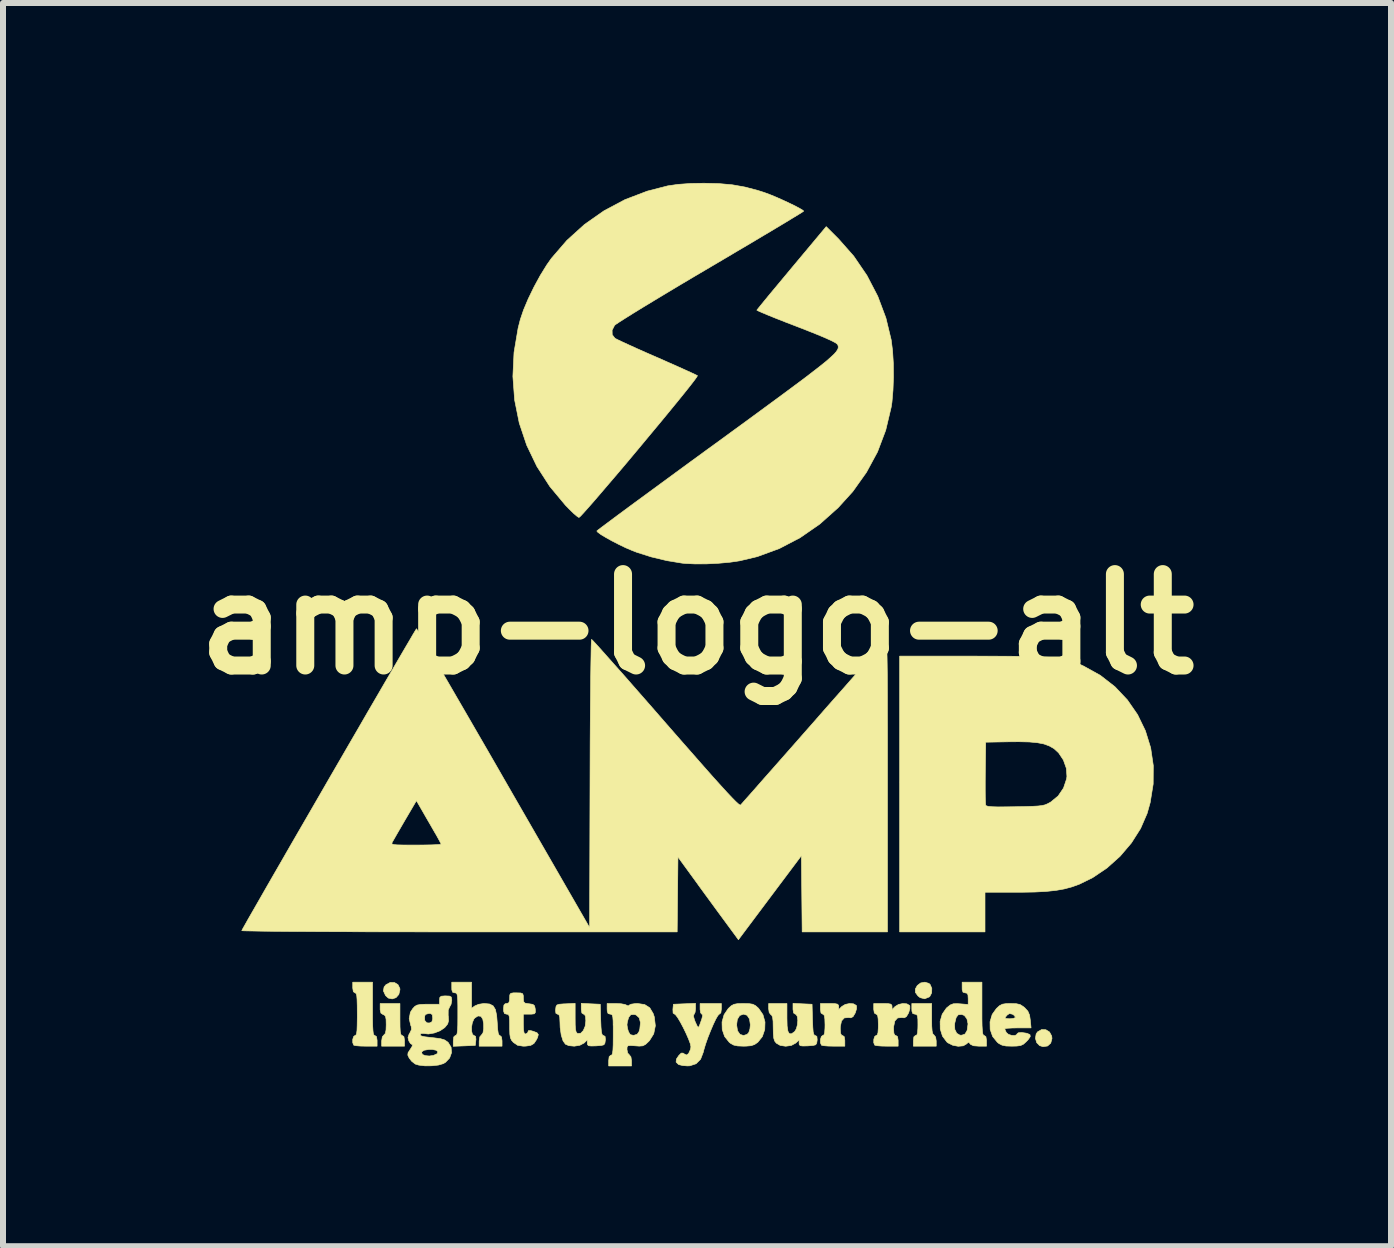
<source format=kicad_pcb>
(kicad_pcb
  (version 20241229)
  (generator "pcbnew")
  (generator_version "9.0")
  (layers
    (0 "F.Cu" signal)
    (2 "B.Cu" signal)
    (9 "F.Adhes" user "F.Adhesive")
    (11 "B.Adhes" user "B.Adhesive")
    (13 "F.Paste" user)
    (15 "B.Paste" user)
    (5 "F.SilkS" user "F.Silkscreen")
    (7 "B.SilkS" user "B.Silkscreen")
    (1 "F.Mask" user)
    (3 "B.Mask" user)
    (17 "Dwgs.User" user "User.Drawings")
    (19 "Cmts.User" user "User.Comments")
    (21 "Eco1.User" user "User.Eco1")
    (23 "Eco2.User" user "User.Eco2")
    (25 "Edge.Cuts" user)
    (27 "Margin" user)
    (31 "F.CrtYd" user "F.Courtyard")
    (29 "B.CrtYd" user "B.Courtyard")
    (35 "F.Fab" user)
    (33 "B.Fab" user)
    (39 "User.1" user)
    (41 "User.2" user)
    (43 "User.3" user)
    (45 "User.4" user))
  (footprint "amp-logo-alt"
    (layer "F.Cu")
    (at 8.571 7.356)
    (property "Reference" "amp-logo-alt" (at 0 0 0) (layer "F.SilkS") (effects (font (size 1.524 1.524) (thickness 0.3))))
    (attr through_hole)
    (fp_poly (pts (xy -5.044 5.975) (xy -4.986 6.01) (xy -4.955 6.073) (xy -4.953 6.095) (xy -4.972 6.174) (xy -5.019 6.227) (xy -5.082 6.248) (xy -5.147 6.234) (xy -5.193 6.192) (xy -5.229 6.114) (xy -5.217 6.048) (xy -5.186 6.011) (xy -5.116 5.974) (xy -5.044 5.975)) (stroke (width 0.01) (type solid)) (fill yes) (layer "F.SilkS"))
    (fp_poly (pts (xy 5.816 6.762) (xy 5.877 6.8) (xy 5.913 6.867) (xy 5.918 6.908) (xy 5.897 6.985) (xy 5.844 7.033) (xy 5.769 7.044) (xy 5.712 7.027) (xy 5.663 6.977) (xy 5.642 6.905) (xy 5.654 6.832) (xy 5.677 6.798) (xy 5.745 6.759) (xy 5.816 6.762)) (stroke (width 0.01) (type solid)) (fill yes) (layer "F.SilkS"))
    (fp_poly (pts (xy 3.865 5.989) (xy 3.886 6.007) (xy 3.914 6.072) (xy 3.912 6.147) (xy 3.881 6.207) (xy 3.872 6.215) (xy 3.795 6.246) (xy 3.72 6.227) (xy 3.683 6.198) (xy 3.64 6.139) (xy 3.64 6.082) (xy 3.672 6.025) (xy 3.728 5.982) (xy 3.799 5.969) (xy 3.865 5.989)) (stroke (width 0.01) (type solid)) (fill yes) (layer "F.SilkS"))
    (fp_poly (pts (xy -4.953 6.591) (xy -4.952 6.713) (xy -4.948 6.792) (xy -4.939 6.837) (xy -4.925 6.856) (xy -4.915 6.858) (xy -4.887 6.877) (xy -4.877 6.939) (xy -4.877 6.947) (xy -4.877 7.036) (xy -5.258 7.036) (xy -5.258 6.95) (xy -5.247 6.88) (xy -5.22 6.849) (xy -5.197 6.824) (xy -5.185 6.766) (xy -5.182 6.679) (xy -5.184 6.591) (xy -5.193 6.541) (xy -5.213 6.517) (xy -5.232 6.51) (xy -5.27 6.485) (xy -5.283 6.429) (xy -5.283 6.411) (xy -5.283 6.325) (xy -4.953 6.325) (xy -4.953 6.591)) (stroke (width 0.01) (type solid)) (fill yes) (layer "F.SilkS"))
    (fp_poly (pts (xy 3.912 6.579) (xy 3.913 6.701) (xy 3.919 6.78) (xy 3.929 6.826) (xy 3.946 6.847) (xy 3.95 6.849) (xy 3.978 6.885) (xy 3.988 6.95) (xy 3.988 7.036) (xy 3.607 7.036) (xy 3.607 6.947) (xy 3.615 6.881) (xy 3.641 6.858) (xy 3.645 6.858) (xy 3.666 6.848) (xy 3.677 6.81) (xy 3.682 6.736) (xy 3.683 6.68) (xy 3.682 6.587) (xy 3.675 6.533) (xy 3.661 6.509) (xy 3.636 6.502) (xy 3.632 6.502) (xy 3.597 6.492) (xy 3.583 6.454) (xy 3.581 6.413) (xy 3.581 6.325) (xy 3.912 6.325) (xy 3.912 6.579)) (stroke (width 0.01) (type solid)) (fill yes) (layer "F.SilkS"))
    (fp_poly (pts (xy -5.41 6.413) (xy -5.41 6.576) (xy -5.408 6.695) (xy -5.403 6.775) (xy -5.397 6.825) (xy -5.387 6.85) (xy -5.373 6.858) (xy -5.372 6.858) (xy -5.344 6.877) (xy -5.334 6.939) (xy -5.334 6.947) (xy -5.334 7.036) (xy -5.52 7.036) (xy -5.613 7.034) (xy -5.685 7.028) (xy -5.722 7.02) (xy -5.723 7.019) (xy -5.74 6.978) (xy -5.74 6.923) (xy -5.725 6.875) (xy -5.702 6.858) (xy -5.687 6.851) (xy -5.676 6.825) (xy -5.669 6.772) (xy -5.666 6.686) (xy -5.664 6.559) (xy -5.664 6.502) (xy -5.665 6.359) (xy -5.668 6.259) (xy -5.673 6.195) (xy -5.683 6.161) (xy -5.696 6.148) (xy -5.702 6.147) (xy -5.73 6.128) (xy -5.74 6.066) (xy -5.74 6.058) (xy -5.74 5.969) (xy -5.41 5.969) (xy -5.41 6.413)) (stroke (width 0.01) (type solid)) (fill yes) (layer "F.SilkS"))
    (fp_poly (pts (xy 0.869 6.327) (xy 0.93 6.337) (xy 0.975 6.36) (xy 1.024 6.403) (xy 1.028 6.408) (xy 1.099 6.511) (xy 1.133 6.633) (xy 1.129 6.759) (xy 1.089 6.876) (xy 1.014 6.97) (xy 0.96 7.008) (xy 0.902 7.028) (xy 0.821 7.035) (xy 0.775 7.036) (xy 0.678 7.032) (xy 0.612 7.018) (xy 0.559 6.989) (xy 0.536 6.97) (xy 0.46 6.875) (xy 0.42 6.758) (xy 0.418 6.68) (xy 0.66 6.68) (xy 0.675 6.779) (xy 0.716 6.839) (xy 0.775 6.858) (xy 0.835 6.839) (xy 0.863 6.809) (xy 0.882 6.748) (xy 0.889 6.68) (xy 0.875 6.582) (xy 0.834 6.521) (xy 0.775 6.502) (xy 0.711 6.525) (xy 0.672 6.589) (xy 0.66 6.68) (xy 0.418 6.68) (xy 0.417 6.632) (xy 0.451 6.511) (xy 0.521 6.408) (xy 0.57 6.363) (xy 0.616 6.338) (xy 0.675 6.327) (xy 0.766 6.325) (xy 0.775 6.325) (xy 0.869 6.327)) (stroke (width 0.01) (type solid)) (fill yes) (layer "F.SilkS"))
    (fp_poly (pts (xy 2.295 6.326) (xy 2.341 6.335) (xy 2.359 6.353) (xy 2.362 6.375) (xy 2.362 6.426) (xy 2.413 6.375) (xy 2.471 6.34) (xy 2.542 6.325) (xy 2.609 6.33) (xy 2.654 6.356) (xy 2.659 6.365) (xy 2.659 6.414) (xy 2.639 6.48) (xy 2.634 6.489) (xy 2.601 6.544) (xy 2.565 6.563) (xy 2.525 6.559) (xy 2.455 6.565) (xy 2.409 6.616) (xy 2.389 6.71) (xy 2.388 6.749) (xy 2.393 6.822) (xy 2.411 6.855) (xy 2.426 6.858) (xy 2.454 6.877) (xy 2.464 6.939) (xy 2.464 6.947) (xy 2.464 7.036) (xy 2.278 7.036) (xy 2.185 7.034) (xy 2.113 7.028) (xy 2.076 7.02) (xy 2.074 7.019) (xy 2.057 6.978) (xy 2.058 6.923) (xy 2.073 6.875) (xy 2.095 6.858) (xy 2.116 6.848) (xy 2.128 6.81) (xy 2.133 6.736) (xy 2.134 6.68) (xy 2.131 6.584) (xy 2.123 6.528) (xy 2.107 6.505) (xy 2.095 6.502) (xy 2.067 6.483) (xy 2.057 6.422) (xy 2.057 6.413) (xy 2.057 6.325) (xy 2.21 6.325) (xy 2.295 6.326)) (stroke (width 0.01) (type solid)) (fill yes) (layer "F.SilkS"))
    (fp_poly (pts (xy 3.184 6.326) (xy 3.23 6.335) (xy 3.248 6.353) (xy 3.251 6.375) (xy 3.251 6.426) (xy 3.302 6.375) (xy 3.36 6.34) (xy 3.431 6.325) (xy 3.498 6.33) (xy 3.543 6.356) (xy 3.548 6.365) (xy 3.548 6.414) (xy 3.528 6.48) (xy 3.523 6.489) (xy 3.49 6.544) (xy 3.454 6.563) (xy 3.414 6.559) (xy 3.344 6.565) (xy 3.298 6.616) (xy 3.278 6.71) (xy 3.277 6.749) (xy 3.282 6.822) (xy 3.3 6.855) (xy 3.315 6.858) (xy 3.343 6.877) (xy 3.353 6.939) (xy 3.353 6.947) (xy 3.353 7.036) (xy 3.167 7.036) (xy 3.074 7.034) (xy 3.002 7.028) (xy 2.965 7.02) (xy 2.963 7.019) (xy 2.946 6.978) (xy 2.947 6.923) (xy 2.962 6.875) (xy 2.985 6.858) (xy 3.005 6.848) (xy 3.017 6.81) (xy 3.022 6.736) (xy 3.023 6.68) (xy 3.02 6.584) (xy 3.012 6.528) (xy 2.996 6.505) (xy 2.985 6.502) (xy 2.956 6.483) (xy 2.946 6.422) (xy 2.946 6.413) (xy 2.946 6.325) (xy 3.099 6.325) (xy 3.184 6.326)) (stroke (width 0.01) (type solid)) (fill yes) (layer "F.SilkS"))
    (fp_poly (pts (xy 1.759 6.33) (xy 1.918 6.337) (xy 1.925 6.598) (xy 1.93 6.718) (xy 1.936 6.796) (xy 1.947 6.839) (xy 1.962 6.857) (xy 1.971 6.858) (xy 1.998 6.873) (xy 2.003 6.925) (xy 2.002 6.941) (xy 1.995 6.987) (xy 1.978 7.013) (xy 1.936 7.024) (xy 1.859 7.03) (xy 1.848 7.031) (xy 1.765 7.033) (xy 1.722 7.028) (xy 1.704 7.01) (xy 1.702 6.985) (xy 1.702 6.932) (xy 1.646 6.984) (xy 1.572 7.024) (xy 1.478 7.037) (xy 1.386 7.023) (xy 1.321 6.985) (xy 1.294 6.95) (xy 1.279 6.902) (xy 1.272 6.828) (xy 1.27 6.73) (xy 1.268 6.622) (xy 1.26 6.555) (xy 1.245 6.52) (xy 1.232 6.512) (xy 1.203 6.475) (xy 1.194 6.411) (xy 1.194 6.325) (xy 1.499 6.325) (xy 1.499 6.567) (xy 1.502 6.7) (xy 1.515 6.786) (xy 1.538 6.828) (xy 1.574 6.83) (xy 1.625 6.795) (xy 1.627 6.794) (xy 1.656 6.746) (xy 1.674 6.677) (xy 1.68 6.604) (xy 1.672 6.541) (xy 1.65 6.506) (xy 1.638 6.502) (xy 1.61 6.483) (xy 1.6 6.422) (xy 1.6 6.412) (xy 1.6 6.322) (xy 1.759 6.33)) (stroke (width 0.01) (type solid)) (fill yes) (layer "F.SilkS"))
    (fp_poly (pts (xy -1.772 6.33) (xy -1.613 6.337) (xy -1.606 6.598) (xy -1.601 6.718) (xy -1.594 6.796) (xy -1.584 6.839) (xy -1.568 6.857) (xy -1.56 6.858) (xy -1.533 6.873) (xy -1.527 6.925) (xy -1.529 6.941) (xy -1.536 6.987) (xy -1.553 7.013) (xy -1.594 7.024) (xy -1.672 7.03) (xy -1.683 7.031) (xy -1.765 7.033) (xy -1.809 7.028) (xy -1.826 7.01) (xy -1.829 6.985) (xy -1.829 6.932) (xy -1.884 6.984) (xy -1.954 7.021) (xy -2.047 7.036) (xy -2.138 7.027) (xy -2.194 7.003) (xy -2.234 6.947) (xy -2.264 6.851) (xy -2.282 6.724) (xy -2.285 6.636) (xy -2.289 6.554) (xy -2.302 6.513) (xy -2.326 6.502) (xy -2.353 6.488) (xy -2.359 6.438) (xy -2.357 6.42) (xy -2.351 6.375) (xy -2.335 6.349) (xy -2.297 6.337) (xy -2.225 6.331) (xy -2.191 6.33) (xy -2.032 6.322) (xy -2.032 6.565) (xy -2.031 6.682) (xy -2.026 6.757) (xy -2.015 6.8) (xy -1.998 6.821) (xy -1.99 6.825) (xy -1.94 6.821) (xy -1.896 6.776) (xy -1.865 6.703) (xy -1.854 6.614) (xy -1.859 6.54) (xy -1.877 6.506) (xy -1.892 6.502) (xy -1.92 6.483) (xy -1.93 6.422) (xy -1.93 6.412) (xy -1.93 6.322) (xy -1.772 6.33)) (stroke (width 0.01) (type solid)) (fill yes) (layer "F.SilkS"))
    (fp_poly (pts (xy 5.323 6.328) (xy 5.386 6.342) (xy 5.437 6.374) (xy 5.464 6.396) (xy 5.516 6.453) (xy 5.544 6.518) (xy 5.556 6.599) (xy 5.569 6.731) (xy 5.35 6.731) (xy 5.252 6.733) (xy 5.176 6.737) (xy 5.135 6.743) (xy 5.131 6.745) (xy 5.141 6.777) (xy 5.157 6.809) (xy 5.192 6.839) (xy 5.245 6.856) (xy 5.297 6.859) (xy 5.33 6.844) (xy 5.334 6.833) (xy 5.356 6.813) (xy 5.412 6.808) (xy 5.488 6.819) (xy 5.505 6.823) (xy 5.551 6.844) (xy 5.556 6.876) (xy 5.522 6.926) (xy 5.488 6.962) (xy 5.442 7.003) (xy 5.395 7.025) (xy 5.33 7.034) (xy 5.249 7.036) (xy 5.151 7.033) (xy 5.085 7.019) (xy 5.033 6.992) (xy 5.007 6.971) (xy 4.928 6.874) (xy 4.887 6.756) (xy 4.885 6.629) (xy 4.907 6.555) (xy 5.138 6.555) (xy 5.142 6.573) (xy 5.19 6.578) (xy 5.22 6.579) (xy 5.278 6.572) (xy 5.308 6.557) (xy 5.309 6.554) (xy 5.289 6.524) (xy 5.26 6.503) (xy 5.208 6.492) (xy 5.171 6.517) (xy 5.138 6.555) (xy 4.907 6.555) (xy 4.921 6.507) (xy 4.991 6.409) (xy 5.043 6.361) (xy 5.092 6.336) (xy 5.156 6.326) (xy 5.229 6.325) (xy 5.323 6.328)) (stroke (width 0.01) (type solid)) (fill yes) (layer "F.SilkS"))
    (fp_poly (pts (xy -2.94 6.149) (xy -2.906 6.162) (xy -2.896 6.196) (xy -2.896 6.234) (xy -2.892 6.292) (xy -2.869 6.318) (xy -2.814 6.328) (xy -2.8 6.329) (xy -2.737 6.339) (xy -2.708 6.364) (xy -2.697 6.417) (xy -2.697 6.42) (xy -2.695 6.472) (xy -2.711 6.496) (xy -2.759 6.502) (xy -2.792 6.502) (xy -2.896 6.502) (xy -2.896 6.668) (xy -2.893 6.76) (xy -2.884 6.812) (xy -2.866 6.831) (xy -2.857 6.833) (xy -2.824 6.813) (xy -2.819 6.797) (xy -2.81 6.776) (xy -2.775 6.776) (xy -2.731 6.788) (xy -2.668 6.812) (xy -2.646 6.842) (xy -2.659 6.892) (xy -2.679 6.932) (xy -2.719 6.991) (xy -2.773 7.023) (xy -2.855 7.035) (xy -2.899 7.036) (xy -2.992 7.021) (xy -3.062 6.973) (xy -3.093 6.937) (xy -3.112 6.895) (xy -3.121 6.835) (xy -3.124 6.741) (xy -3.124 6.707) (xy -3.125 6.605) (xy -3.13 6.544) (xy -3.141 6.514) (xy -3.161 6.503) (xy -3.175 6.502) (xy -3.21 6.492) (xy -3.224 6.454) (xy -3.226 6.413) (xy -3.22 6.352) (xy -3.198 6.328) (xy -3.175 6.325) (xy -3.14 6.315) (xy -3.126 6.276) (xy -3.124 6.236) (xy -3.122 6.181) (xy -3.105 6.155) (xy -3.061 6.147) (xy -3.01 6.147) (xy -2.94 6.149)) (stroke (width 0.01) (type solid)) (fill yes) (layer "F.SilkS"))
    (fp_poly (pts (xy -3.759 6.404) (xy -3.703 6.364) (xy -3.641 6.338) (xy -3.559 6.325) (xy -3.542 6.325) (xy -3.458 6.333) (xy -3.399 6.364) (xy -3.362 6.424) (xy -3.341 6.521) (xy -3.331 6.645) (xy -3.324 6.755) (xy -3.314 6.822) (xy -3.299 6.853) (xy -3.287 6.858) (xy -3.26 6.882) (xy -3.251 6.947) (xy -3.251 7.036) (xy -3.632 7.036) (xy -3.632 6.95) (xy -3.621 6.88) (xy -3.594 6.849) (xy -3.569 6.815) (xy -3.557 6.747) (xy -3.558 6.662) (xy -3.572 6.585) (xy -3.603 6.538) (xy -3.652 6.532) (xy -3.705 6.566) (xy -3.72 6.584) (xy -3.746 6.643) (xy -3.759 6.716) (xy -3.758 6.787) (xy -3.744 6.84) (xy -3.719 6.858) (xy -3.692 6.872) (xy -3.686 6.922) (xy -3.688 6.941) (xy -3.696 7.023) (xy -3.88 7.031) (xy -4.064 7.038) (xy -4.064 6.948) (xy -4.056 6.882) (xy -4.03 6.858) (xy -4.026 6.858) (xy -4.011 6.851) (xy -4 6.825) (xy -3.993 6.772) (xy -3.989 6.686) (xy -3.988 6.559) (xy -3.988 6.502) (xy -3.988 6.362) (xy -3.99 6.264) (xy -3.995 6.201) (xy -4.003 6.166) (xy -4.016 6.151) (xy -4.035 6.147) (xy -4.039 6.147) (xy -4.074 6.137) (xy -4.088 6.098) (xy -4.089 6.058) (xy -4.089 5.969) (xy -3.759 5.969) (xy -3.759 6.404)) (stroke (width 0.01) (type solid)) (fill yes) (layer "F.SilkS"))
    (fp_poly (pts (xy -0.025 6.41) (xy -0.032 6.471) (xy -0.049 6.506) (xy -0.052 6.507) (xy -0.06 6.535) (xy -0.042 6.599) (xy -0.03 6.63) (xy 0.000272 6.696) (xy 0.018 6.721) (xy 0.032 6.71) (xy 0.045 6.68) (xy 0.079 6.585) (xy 0.093 6.528) (xy 0.086 6.504) (xy 0.078 6.502) (xy 0.06 6.48) (xy 0.051 6.425) (xy 0.051 6.413) (xy 0.051 6.325) (xy 0.406 6.325) (xy 0.406 6.413) (xy 0.397 6.481) (xy 0.371 6.502) (xy 0.348 6.525) (xy 0.313 6.585) (xy 0.271 6.673) (xy 0.226 6.779) (xy 0.181 6.892) (xy 0.142 7.003) (xy 0.113 7.1) (xy 0.104 7.137) (xy 0.059 7.254) (xy -0.016 7.329) (xy -0.119 7.363) (xy -0.16 7.365) (xy -0.239 7.359) (xy -0.301 7.344) (xy -0.311 7.339) (xy -0.349 7.301) (xy -0.344 7.251) (xy -0.304 7.192) (xy -0.264 7.152) (xy -0.234 7.151) (xy -0.213 7.165) (xy -0.177 7.184) (xy -0.146 7.163) (xy -0.137 7.151) (xy -0.108 7.087) (xy -0.102 7.046) (xy -0.112 6.995) (xy -0.141 6.918) (xy -0.182 6.824) (xy -0.23 6.725) (xy -0.279 6.633) (xy -0.324 6.558) (xy -0.359 6.512) (xy -0.373 6.502) (xy -0.399 6.485) (xy -0.402 6.427) (xy -0.402 6.42) (xy -0.394 6.337) (xy -0.025 6.322) (xy -0.025 6.41)) (stroke (width 0.01) (type solid)) (fill yes) (layer "F.SilkS"))
    (fp_poly (pts (xy 4.75 6.413) (xy 4.75 6.576) (xy 4.752 6.695) (xy 4.757 6.775) (xy 4.763 6.825) (xy 4.773 6.85) (xy 4.787 6.858) (xy 4.788 6.858) (xy 4.816 6.877) (xy 4.826 6.939) (xy 4.826 6.947) (xy 4.826 7.036) (xy 4.7 7.036) (xy 4.609 7.029) (xy 4.56 7.006) (xy 4.552 6.996) (xy 4.531 6.969) (xy 4.507 6.985) (xy 4.497 6.996) (xy 4.439 7.03) (xy 4.355 7.038) (xy 4.264 7.021) (xy 4.182 6.98) (xy 4.165 6.966) (xy 4.092 6.869) (xy 4.055 6.75) (xy 4.054 6.668) (xy 4.293 6.668) (xy 4.298 6.757) (xy 4.33 6.821) (xy 4.384 6.853) (xy 4.414 6.853) (xy 4.468 6.833) (xy 4.5 6.78) (xy 4.505 6.763) (xy 4.518 6.664) (xy 4.5 6.581) (xy 4.457 6.524) (xy 4.412 6.507) (xy 4.356 6.512) (xy 4.324 6.552) (xy 4.318 6.566) (xy 4.293 6.668) (xy 4.054 6.668) (xy 4.053 6.623) (xy 4.088 6.502) (xy 4.157 6.402) (xy 4.168 6.392) (xy 4.222 6.349) (xy 4.273 6.329) (xy 4.342 6.327) (xy 4.385 6.33) (xy 4.521 6.341) (xy 4.521 6.244) (xy 4.517 6.179) (xy 4.498 6.152) (xy 4.47 6.147) (xy 4.435 6.137) (xy 4.421 6.098) (xy 4.42 6.058) (xy 4.42 5.969) (xy 4.75 5.969) (xy 4.75 6.413)) (stroke (width 0.01) (type solid)) (fill yes) (layer "F.SilkS"))
    (fp_poly (pts (xy -1.266 6.329) (xy -1.201 6.341) (xy -1.176 6.352) (xy -1.146 6.366) (xy -1.132 6.352) (xy -1.098 6.336) (xy -1.032 6.326) (xy -0.988 6.325) (xy -0.873 6.342) (xy -0.788 6.396) (xy -0.731 6.492) (xy -0.712 6.549) (xy -0.695 6.696) (xy -0.722 6.83) (xy -0.793 6.944) (xy -0.805 6.956) (xy -0.858 7.006) (xy -0.904 7.03) (xy -0.964 7.035) (xy -1.029 7.03) (xy -1.109 7.025) (xy -1.15 7.029) (xy -1.166 7.049) (xy -1.168 7.089) (xy -1.168 7.092) (xy -1.156 7.151) (xy -1.13 7.179) (xy -1.102 7.215) (xy -1.092 7.28) (xy -1.092 7.366) (xy -1.473 7.366) (xy -1.473 7.277) (xy -1.465 7.211) (xy -1.439 7.188) (xy -1.435 7.188) (xy -1.419 7.181) (xy -1.409 7.154) (xy -1.402 7.101) (xy -1.398 7.013) (xy -1.397 6.884) (xy -1.397 6.845) (xy -1.397 6.708) (xy -1.398 6.68) (xy -1.168 6.68) (xy -1.159 6.74) (xy -1.143 6.795) (xy -1.113 6.844) (xy -1.063 6.855) (xy -1.048 6.853) (xy -0.998 6.838) (xy -0.969 6.798) (xy -0.954 6.749) (xy -0.943 6.643) (xy -0.964 6.563) (xy -1.015 6.516) (xy -1.048 6.507) (xy -1.105 6.512) (xy -1.137 6.552) (xy -1.143 6.566) (xy -1.162 6.633) (xy -1.168 6.68) (xy -1.398 6.68) (xy -1.399 6.613) (xy -1.404 6.553) (xy -1.413 6.519) (xy -1.427 6.505) (xy -1.447 6.502) (xy -1.448 6.502) (xy -1.483 6.492) (xy -1.497 6.454) (xy -1.499 6.413) (xy -1.499 6.325) (xy -1.351 6.325) (xy -1.266 6.329)) (stroke (width 0.01) (type solid)) (fill yes) (layer "F.SilkS"))
    (fp_poly (pts (xy 4.936 0.534) (xy 5.202 0.535) (xy 5.427 0.537) (xy 5.617 0.541) (xy 5.774 0.547) (xy 5.906 0.555) (xy 6.016 0.567) (xy 6.109 0.582) (xy 6.191 0.601) (xy 6.266 0.624) (xy 6.339 0.652) (xy 6.415 0.685) (xy 6.443 0.698) (xy 6.723 0.853) (xy 6.967 1.043) (xy 7.175 1.263) (xy 7.345 1.509) (xy 7.475 1.777) (xy 7.563 2.061) (xy 7.607 2.359) (xy 7.605 2.665) (xy 7.555 2.975) (xy 7.504 3.156) (xy 7.395 3.407) (xy 7.242 3.648) (xy 7.053 3.87) (xy 6.835 4.065) (xy 6.595 4.227) (xy 6.375 4.335) (xy 6.251 4.38) (xy 6.124 4.414) (xy 5.983 4.439) (xy 5.822 4.456) (xy 5.631 4.466) (xy 5.4 4.47) (xy 5.319 4.47) (xy 4.801 4.47) (xy 4.801 5.131) (xy 3.378 5.131) (xy 3.378 2.774) (xy 4.805 2.774) (xy 4.806 2.89) (xy 4.809 2.973) (xy 4.812 3.016) (xy 4.813 3.018) (xy 4.826 3.03) (xy 4.861 3.039) (xy 4.921 3.044) (xy 5.014 3.047) (xy 5.147 3.046) (xy 5.302 3.044) (xy 5.469 3.041) (xy 5.594 3.037) (xy 5.685 3.032) (xy 5.751 3.024) (xy 5.8 3.013) (xy 5.841 2.996) (xy 5.883 2.974) (xy 5.898 2.965) (xy 6.02 2.865) (xy 6.11 2.733) (xy 6.161 2.581) (xy 6.167 2.538) (xy 6.157 2.402) (xy 6.108 2.265) (xy 6.028 2.145) (xy 5.95 2.074) (xy 5.874 2.031) (xy 5.785 1.998) (xy 5.677 1.977) (xy 5.54 1.964) (xy 5.366 1.96) (xy 5.207 1.961) (xy 4.813 1.968) (xy 4.806 2.476) (xy 4.805 2.633) (xy 4.805 2.774) (xy 3.378 2.774) (xy 3.378 0.533) (xy 4.624 0.533) (xy 4.936 0.534)) (stroke (width 0.01) (type solid)) (fill yes) (layer "F.SilkS"))
    (fp_poly (pts (xy 2.358 -6.424) (xy 2.614 -6.134) (xy 2.833 -5.813) (xy 3.013 -5.467) (xy 3.149 -5.105) (xy 3.237 -4.74) (xy 3.26 -4.559) (xy 3.273 -4.347) (xy 3.275 -4.121) (xy 3.267 -3.9) (xy 3.25 -3.701) (xy 3.237 -3.617) (xy 3.146 -3.234) (xy 3.009 -2.872) (xy 2.825 -2.532) (xy 2.596 -2.21) (xy 2.352 -1.941) (xy 2.046 -1.668) (xy 1.718 -1.441) (xy 1.371 -1.26) (xy 1.005 -1.126) (xy 0.711 -1.056) (xy 0.548 -1.032) (xy 0.359 -1.015) (xy 0.16 -1.005) (xy -0.031 -1.004) (xy -0.196 -1.012) (xy -0.248 -1.017) (xy -0.503 -1.059) (xy -0.762 -1.121) (xy -1.002 -1.197) (xy -1.082 -1.228) (xy -1.19 -1.274) (xy -1.304 -1.329) (xy -1.417 -1.387) (xy -1.519 -1.444) (xy -1.601 -1.493) (xy -1.654 -1.532) (xy -1.671 -1.553) (xy -1.649 -1.571) (xy -1.59 -1.616) (xy -1.495 -1.687) (xy -1.368 -1.782) (xy -1.211 -1.898) (xy -1.027 -2.034) (xy -0.818 -2.187) (xy -0.589 -2.355) (xy -0.341 -2.537) (xy -0.077 -2.73) (xy 0.2 -2.932) (xy 0.305 -3.008) (xy 0.645 -3.256) (xy 0.946 -3.476) (xy 1.21 -3.67) (xy 1.44 -3.839) (xy 1.638 -3.986) (xy 1.807 -4.112) (xy 1.947 -4.22) (xy 2.063 -4.31) (xy 2.156 -4.385) (xy 2.227 -4.448) (xy 2.281 -4.498) (xy 2.318 -4.539) (xy 2.341 -4.573) (xy 2.353 -4.6) (xy 2.355 -4.624) (xy 2.351 -4.645) (xy 2.341 -4.666) (xy 2.34 -4.667) (xy 2.307 -4.692) (xy 2.227 -4.733) (xy 2.101 -4.789) (xy 1.93 -4.859) (xy 1.716 -4.943) (xy 1.654 -4.967) (xy 1.482 -5.033) (xy 1.327 -5.094) (xy 1.196 -5.147) (xy 1.093 -5.19) (xy 1.025 -5.22) (xy 0.998 -5.235) (xy 0.997 -5.235) (xy 1.015 -5.258) (xy 1.061 -5.315) (xy 1.132 -5.402) (xy 1.224 -5.514) (xy 1.335 -5.647) (xy 1.459 -5.796) (xy 1.579 -5.94) (xy 2.154 -6.628) (xy 2.358 -6.424)) (stroke (width 0.01) (type solid)) (fill yes) (layer "F.SilkS"))
    (fp_poly (pts (xy 0.367 -7.345) (xy 0.589 -7.325) (xy 0.797 -7.288) (xy 1.011 -7.232) (xy 1.118 -7.198) (xy 1.205 -7.166) (xy 1.31 -7.123) (xy 1.423 -7.073) (xy 1.535 -7.021) (xy 1.636 -6.972) (xy 1.716 -6.929) (xy 1.766 -6.899) (xy 1.778 -6.886) (xy 1.757 -6.871) (xy 1.695 -6.832) (xy 1.596 -6.772) (xy 1.465 -6.692) (xy 1.303 -6.595) (xy 1.115 -6.483) (xy 0.904 -6.357) (xy 0.673 -6.221) (xy 0.427 -6.075) (xy 0.225 -5.956) (xy -0.033 -5.804) (xy -0.279 -5.658) (xy -0.509 -5.52) (xy -0.72 -5.393) (xy -0.908 -5.279) (xy -1.069 -5.18) (xy -1.2 -5.098) (xy -1.297 -5.036) (xy -1.357 -4.996) (xy -1.375 -4.981) (xy -1.416 -4.9) (xy -1.414 -4.825) (xy -1.368 -4.766) (xy -1.364 -4.764) (xy -1.326 -4.744) (xy -1.248 -4.707) (xy -1.137 -4.656) (xy -0.999 -4.593) (xy -0.841 -4.523) (xy -0.67 -4.448) (xy -0.659 -4.444) (xy -0.49 -4.369) (xy -0.336 -4.301) (xy -0.203 -4.241) (xy -0.097 -4.193) (xy -0.025 -4.159) (xy 0.007 -4.143) (xy 0.007 -4.142) (xy -0.005 -4.12) (xy -0.046 -4.063) (xy -0.114 -3.975) (xy -0.204 -3.862) (xy -0.314 -3.726) (xy -0.44 -3.572) (xy -0.578 -3.404) (xy -0.726 -3.226) (xy -0.879 -3.042) (xy -1.034 -2.856) (xy -1.188 -2.672) (xy -1.338 -2.495) (xy -1.48 -2.329) (xy -1.61 -2.177) (xy -1.725 -2.043) (xy -1.822 -1.933) (xy -1.897 -1.849) (xy -1.947 -1.796) (xy -1.969 -1.778) (xy -1.998 -1.796) (xy -2.054 -1.843) (xy -2.126 -1.913) (xy -2.194 -1.983) (xy -2.454 -2.295) (xy -2.67 -2.63) (xy -2.84 -2.984) (xy -2.964 -3.354) (xy -3.041 -3.737) (xy -3.07 -4.131) (xy -3.051 -4.531) (xy -2.983 -4.935) (xy -2.946 -5.08) (xy -2.892 -5.239) (xy -2.814 -5.424) (xy -2.719 -5.62) (xy -2.614 -5.813) (xy -2.506 -5.988) (xy -2.428 -6.099) (xy -2.169 -6.399) (xy -1.876 -6.664) (xy -1.552 -6.891) (xy -1.203 -7.077) (xy -0.831 -7.219) (xy -0.49 -7.307) (xy -0.318 -7.332) (xy -0.111 -7.347) (xy 0.114 -7.351) (xy 0.367 -7.345)) (stroke (width 0.01) (type solid)) (fill yes) (layer "F.SilkS"))
    (fp_poly (pts (xy -4.126 6.201) (xy -4.097 6.217) (xy -4.09 6.257) (xy -4.089 6.272) (xy -4.101 6.339) (xy -4.125 6.382) (xy -4.148 6.433) (xy -4.149 6.521) (xy -4.147 6.535) (xy -4.143 6.613) (xy -4.157 6.665) (xy -4.197 6.715) (xy -4.209 6.728) (xy -4.284 6.779) (xy -4.38 6.816) (xy -4.479 6.833) (xy -4.558 6.824) (xy -4.558 6.824) (xy -4.599 6.824) (xy -4.611 6.834) (xy -4.614 6.852) (xy -4.594 6.867) (xy -4.541 6.879) (xy -4.449 6.89) (xy -4.384 6.897) (xy -4.277 6.911) (xy -4.206 6.933) (xy -4.156 6.968) (xy -4.149 6.974) (xy -4.1 7.054) (xy -4.093 7.145) (xy -4.125 7.233) (xy -4.193 7.305) (xy -4.23 7.327) (xy -4.312 7.351) (xy -4.421 7.363) (xy -4.536 7.364) (xy -4.638 7.352) (xy -4.698 7.334) (xy -4.758 7.287) (xy -4.799 7.234) (xy -4.822 7.185) (xy -4.818 7.146) (xy -4.815 7.142) (xy -4.592 7.142) (xy -4.578 7.175) (xy -4.529 7.194) (xy -4.463 7.2) (xy -4.394 7.19) (xy -4.338 7.164) (xy -4.332 7.16) (xy -4.32 7.128) (xy -4.349 7.104) (xy -4.412 7.091) (xy -4.473 7.091) (xy -4.551 7.104) (xy -4.588 7.129) (xy -4.592 7.142) (xy -4.815 7.142) (xy -4.784 7.093) (xy -4.78 7.088) (xy -4.75 7.039) (xy -4.745 7.012) (xy -4.75 7.01) (xy -4.779 6.99) (xy -4.805 6.948) (xy -4.819 6.892) (xy -4.801 6.837) (xy -4.789 6.818) (xy -4.76 6.758) (xy -4.766 6.704) (xy -4.773 6.689) (xy -4.799 6.577) (xy -4.791 6.536) (xy -4.542 6.536) (xy -4.54 6.607) (xy -4.506 6.646) (xy -4.464 6.65) (xy -4.422 6.632) (xy -4.407 6.585) (xy -4.407 6.566) (xy -4.414 6.511) (xy -4.443 6.491) (xy -4.47 6.49) (xy -4.526 6.506) (xy -4.542 6.536) (xy -4.791 6.536) (xy -4.779 6.471) (xy -4.739 6.409) (xy -4.704 6.372) (xy -4.667 6.351) (xy -4.613 6.341) (xy -4.529 6.337) (xy -4.485 6.337) (xy -4.293 6.337) (xy -4.293 6.267) (xy -4.288 6.223) (xy -4.264 6.203) (xy -4.207 6.198) (xy -4.191 6.198) (xy -4.126 6.201)) (stroke (width 0.01) (type solid)) (fill yes) (layer "F.SilkS"))
    (fp_poly (pts (xy -4.663 0.098) (xy -4.624 0.161) (xy -4.564 0.262) (xy -4.483 0.399) (xy -4.384 0.569) (xy -4.267 0.769) (xy -4.134 0.997) (xy -3.988 1.249) (xy -3.829 1.523) (xy -3.659 1.817) (xy -3.48 2.126) (xy -3.294 2.449) (xy -3.226 2.568) (xy -1.791 5.059) (xy -1.784 2.656) (xy -1.783 2.312) (xy -1.782 1.982) (xy -1.78 1.671) (xy -1.778 1.381) (xy -1.775 1.116) (xy -1.773 0.881) (xy -1.77 0.677) (xy -1.767 0.51) (xy -1.765 0.381) (xy -1.762 0.296) (xy -1.759 0.256) (xy -1.758 0.254) (xy -1.738 0.273) (xy -1.688 0.327) (xy -1.61 0.413) (xy -1.507 0.529) (xy -1.381 0.671) (xy -1.234 0.836) (xy -1.071 1.022) (xy -0.893 1.225) (xy -0.703 1.442) (xy -0.521 1.651) (xy -0.279 1.928) (xy -0.068 2.168) (xy 0.113 2.374) (xy 0.266 2.547) (xy 0.394 2.689) (xy 0.498 2.803) (xy 0.581 2.891) (xy 0.643 2.954) (xy 0.686 2.994) (xy 0.714 3.014) (xy 0.726 3.016) (xy 0.747 2.992) (xy 0.799 2.933) (xy 0.879 2.843) (xy 0.985 2.723) (xy 1.112 2.578) (xy 1.26 2.411) (xy 1.424 2.225) (xy 1.602 2.023) (xy 1.791 1.808) (xy 1.918 1.664) (xy 2.113 1.441) (xy 2.3 1.229) (xy 2.475 1.031) (xy 2.635 0.849) (xy 2.778 0.688) (xy 2.9 0.549) (xy 2.999 0.437) (xy 3.072 0.355) (xy 3.116 0.306) (xy 3.128 0.293) (xy 3.136 0.286) (xy 3.143 0.284) (xy 3.149 0.29) (xy 3.154 0.307) (xy 3.158 0.339) (xy 3.162 0.387) (xy 3.165 0.455) (xy 3.168 0.546) (xy 3.17 0.663) (xy 3.172 0.808) (xy 3.173 0.985) (xy 3.174 1.196) (xy 3.174 1.445) (xy 3.175 1.734) (xy 3.175 2.067) (xy 3.175 2.445) (xy 3.175 2.687) (xy 3.175 5.131) (xy 1.753 5.131) (xy 1.74 3.86) (xy 1.215 4.56) (xy 0.69 5.261) (xy 0.516 5.024) (xy 0.446 4.929) (xy 0.354 4.804) (xy 0.248 4.659) (xy 0.136 4.506) (xy 0.025 4.354) (xy 0.012 4.335) (xy -0.318 3.882) (xy -0.331 5.131) (xy -3.965 5.131) (xy -4.39 5.131) (xy -4.801 5.13) (xy -5.195 5.13) (xy -5.569 5.129) (xy -5.92 5.127) (xy -6.246 5.126) (xy -6.543 5.124) (xy -6.809 5.123) (xy -7.041 5.121) (xy -7.236 5.119) (xy -7.391 5.116) (xy -7.504 5.114) (xy -7.571 5.112) (xy -7.59 5.109) (xy -7.575 5.08) (xy -7.536 5.011) (xy -7.476 4.904) (xy -7.396 4.765) (xy -7.299 4.596) (xy -7.187 4.4) (xy -7.061 4.181) (xy -6.923 3.942) (xy -6.776 3.686) (xy -6.758 3.655) (xy -5.089 3.655) (xy -5.081 3.667) (xy -5.053 3.675) (xy -4.999 3.68) (xy -4.91 3.682) (xy -4.782 3.683) (xy -4.687 3.683) (xy -4.548 3.682) (xy -4.428 3.68) (xy -4.336 3.676) (xy -4.28 3.672) (xy -4.267 3.668) (xy -4.279 3.641) (xy -4.311 3.581) (xy -4.356 3.5) (xy -4.373 3.472) (xy -4.44 3.355) (xy -4.515 3.226) (xy -4.578 3.116) (xy -4.678 2.943) (xy -4.869 3.268) (xy -4.938 3.387) (xy -4.999 3.492) (xy -5.047 3.576) (xy -5.077 3.628) (xy -5.083 3.639) (xy -5.089 3.655) (xy -6.758 3.655) (xy -6.621 3.418) (xy -6.46 3.14) (xy -6.295 2.855) (xy -6.129 2.567) (xy -5.962 2.279) (xy -5.798 1.996) (xy -5.637 1.719) (xy -5.483 1.452) (xy -5.336 1.2) (xy -5.199 0.964) (xy -5.073 0.749) (xy -4.962 0.558) (xy -4.866 0.394) (xy -4.787 0.26) (xy -4.729 0.16) (xy -4.691 0.098) (xy -4.677 0.076) (xy -4.677 0.076) (xy -4.663 0.098)) (stroke (width 0.01) (type solid)) (fill yes) (layer "F.SilkS")))
  (gr_rect
    (start -3 -3)
    (end 20.141 17.727)
    (stroke (width 0.1) (type default))
    (fill no)
    (layer "Edge.Cuts")))
</source>
